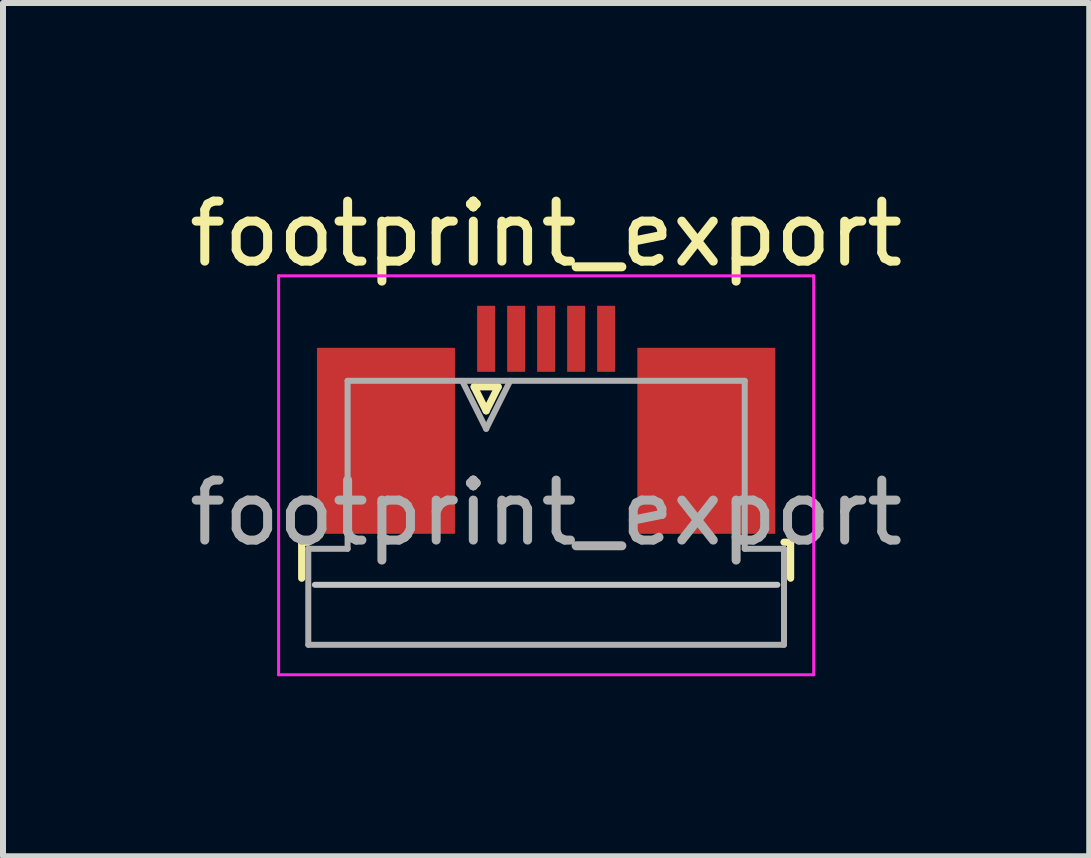
<source format=kicad_pcb>
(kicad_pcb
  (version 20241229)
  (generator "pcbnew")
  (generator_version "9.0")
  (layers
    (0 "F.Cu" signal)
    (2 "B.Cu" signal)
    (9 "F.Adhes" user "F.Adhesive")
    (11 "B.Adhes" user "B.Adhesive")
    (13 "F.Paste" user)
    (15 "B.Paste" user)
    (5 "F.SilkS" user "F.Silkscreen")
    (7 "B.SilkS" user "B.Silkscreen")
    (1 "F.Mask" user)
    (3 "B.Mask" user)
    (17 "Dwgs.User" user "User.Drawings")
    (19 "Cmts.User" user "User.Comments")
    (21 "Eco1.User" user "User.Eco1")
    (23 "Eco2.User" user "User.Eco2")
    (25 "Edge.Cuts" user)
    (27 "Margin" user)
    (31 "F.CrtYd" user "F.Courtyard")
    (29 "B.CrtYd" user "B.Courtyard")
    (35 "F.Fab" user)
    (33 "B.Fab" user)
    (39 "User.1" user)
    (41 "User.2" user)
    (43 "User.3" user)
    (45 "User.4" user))
  (footprint "footprint_export"
    (layer "F.Cu")
    (at 6.054 3.948)
    (property "Reference" "footprint_export" (at 0 -3.1 0) (layer "F.SilkS") (effects (font (size 1 1) (thickness 0.15))))
    (attr smd)
    (fp_line (start -4.075 2.04) (end -4.075 2.64) (stroke (width 0.12) (type solid)) (layer "F.SilkS"))
    (fp_line (start -3.965 2.04) (end -4.075 2.04) (stroke (width 0.12) (type solid)) (layer "F.SilkS"))
    (fp_line (start -1.2 -0.55) (end -1 -0.15) (stroke (width 0.12) (type solid)) (layer "F.SilkS"))
    (fp_line (start -1 -0.15) (end -0.8 -0.55) (stroke (width 0.12) (type solid)) (layer "F.SilkS"))
    (fp_line (start -0.8 -0.55) (end -1.2 -0.55) (stroke (width 0.12) (type solid)) (layer "F.SilkS"))
    (fp_line (start 3.965 2.04) (end 4.075 2.04) (stroke (width 0.12) (type solid)) (layer "F.SilkS"))
    (fp_line (start 4.075 2.04) (end 4.075 2.64) (stroke (width 0.12) (type solid)) (layer "F.SilkS"))
    (fp_line (start 3.855 2.75) (end -3.855 2.75) (stroke (width 0.1) (type solid)) (layer "Dwgs.User"))
    (fp_line (start -4.46 -2.4) (end -4.46 4.25) (stroke (width 0.05) (type solid)) (layer "F.CrtYd"))
    (fp_line (start -4.46 4.25) (end 4.46 4.25) (stroke (width 0.05) (type solid)) (layer "F.CrtYd"))
    (fp_line (start 4.46 -2.4) (end -4.46 -2.4) (stroke (width 0.05) (type solid)) (layer "F.CrtYd"))
    (fp_line (start 4.46 4.25) (end 4.46 -2.4) (stroke (width 0.05) (type solid)) (layer "F.CrtYd"))
    (fp_line (start -3.965 2.15) (end -3.31 2.15) (stroke (width 0.1) (type solid)) (layer "F.Fab"))
    (fp_line (start -3.965 3.75) (end -3.965 2.15) (stroke (width 0.1) (type solid)) (layer "F.Fab"))
    (fp_line (start -3.31 -0.65) (end 3.31 -0.65) (stroke (width 0.1) (type solid)) (layer "F.Fab"))
    (fp_line (start -3.31 2.15) (end -3.31 -0.65) (stroke (width 0.1) (type solid)) (layer "F.Fab"))
    (fp_line (start -1.4 -0.65) (end -1 0.15) (stroke (width 0.1) (type solid)) (layer "F.Fab"))
    (fp_line (start -1 0.15) (end -0.6 -0.65) (stroke (width 0.1) (type solid)) (layer "F.Fab"))
    (fp_line (start 3.31 -0.65) (end 3.31 2.15) (stroke (width 0.1) (type solid)) (layer "F.Fab"))
    (fp_line (start 3.31 2.15) (end 3.965 2.15) (stroke (width 0.1) (type solid)) (layer "F.Fab"))
    (fp_line (start 3.965 2.15) (end 3.965 3.75) (stroke (width 0.1) (type solid)) (layer "F.Fab"))
    (fp_line (start 3.965 3.75) (end -3.965 3.75) (stroke (width 0.1) (type solid)) (layer "F.Fab"))
    (fp_text user "${REFERENCE}" (at 0 1.55 0) (layer "F.Fab") (effects (font (size 1 1) (thickness 0.15))))
    (pad "1" smd rect (at -1 -1.35) (size 0.3 1.1) (layers "F.Cu" "F.Mask" "F.Paste"))
    (pad "2" smd rect (at -0.5 -1.35) (size 0.3 1.1) (layers "F.Cu" "F.Mask" "F.Paste"))
    (pad "3" smd rect (at 0 -1.35) (size 0.3 1.1) (layers "F.Cu" "F.Mask" "F.Paste"))
    (pad "4" smd rect (at 0.5 -1.35) (size 0.3 1.1) (layers "F.Cu" "F.Mask" "F.Paste"))
    (pad "5" smd rect (at 1 -1.35) (size 0.3 1.1) (layers "F.Cu" "F.Mask" "F.Paste"))
    (pad "MP" smd rect (at -2.67 0.35) (size 2.3 3.1) (layers "F.Cu" "F.Mask" "F.Paste"))
    (pad "MP" smd rect (at 2.67 0.35) (size 2.3 3.1) (layers "F.Cu" "F.Mask" "F.Paste")))
  (gr_rect
    (start -3 -3)
    (end 15.107 11.223)
    (stroke (width 0.1) (type default))
    (fill no)
    (layer "Edge.Cuts")))
</source>
